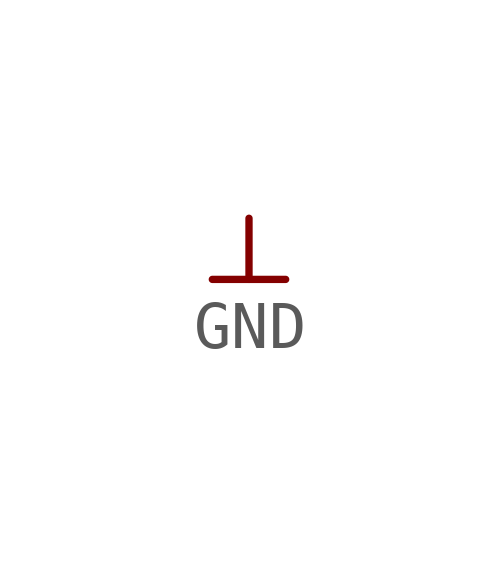
<source format=kicad_sym>
(kicad_symbol_lib
  (version 20211014)
  (generator kicad_symbol_editor)
  (symbol "GND"
    (power)
    (pin_names
      (offset 0))
    (property "Reference" "#PWR"
      (at 0 -7.62 0)
      (effects (font (size 1.27 1.27)) hide))
    (property "Footprint" ""
      (at 0 0 0)
      (effects (font (size 1.27 1.27))))
    (property "Datasheet" ""
      (at 0 0 0)
      (effects (font (size 1.27 1.27))))
    (symbol "GND_0_1"
      (polyline (pts (xy -0.762 -1.27) (xy 0.762 -1.27)) (stroke (width 0) (type default) (color 0 0 0 0)) (fill (type none)))
      (polyline (pts (xy 0 0) (xy 0 -1.27)) (stroke (width 0) (type default) (color 0 0 0 0)) (fill (type none))))
    (symbol "GND_1_1"
      (pin power_in line (at 0 0 270) (length 0) hide (name "GND" (effects (font (size 1.27 1.27)))) (number "1" (effects (font (size 1.27 1.27))))))))
</source>
